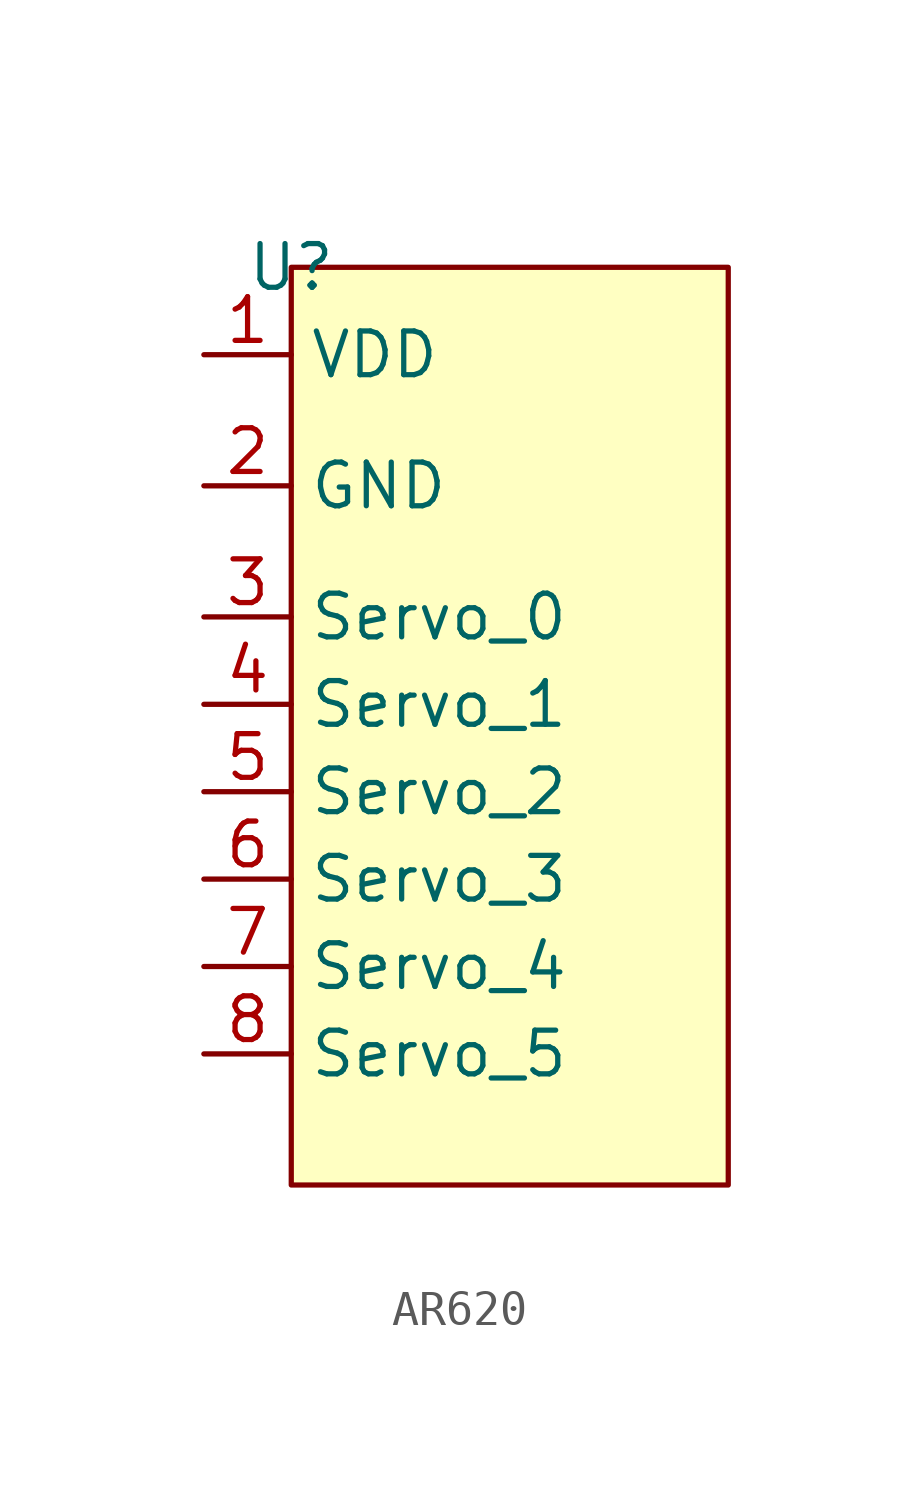
<source format=kicad_sym>
(kicad_symbol_lib
  (version 20220914)
  (generator kicad_symbol_editor)
  (symbol "AR620"
    (property "Reference" "U"
      (at 0 0 0)
      (effects (font (size 1.27 1.27))))
    (property "Value" ""
      (at 0 0 0)
      (effects (font (size 1.27 1.27))))
    (symbol "AR620_1_0"
      (pin input line (at -2.54 -10.16 0) (length 2.54) (name "Servo_0" (effects (font (size 1.27 1.27)))) (number "3" (effects (font (size 1.27 1.27)))))
      (pin input line (at -2.54 -12.7 0) (length 2.54) (name "Servo_1" (effects (font (size 1.27 1.27)))) (number "4" (effects (font (size 1.27 1.27)))))
      (pin input line (at -2.54 -15.24 0) (length 2.54) (name "Servo_2" (effects (font (size 1.27 1.27)))) (number "5" (effects (font (size 1.27 1.27)))))
      (pin input line (at -2.54 -17.78 0) (length 2.54) (name "Servo_3" (effects (font (size 1.27 1.27)))) (number "6" (effects (font (size 1.27 1.27)))))
      (pin input line (at -2.54 -20.32 0) (length 2.54) (name "Servo_4" (effects (font (size 1.27 1.27)))) (number "7" (effects (font (size 1.27 1.27)))))
      (pin input line (at -2.54 -22.86 0) (length 2.54) (name "Servo_5" (effects (font (size 1.27 1.27)))) (number "8" (effects (font (size 1.27 1.27))))))
    (symbol "AR620_1_1"
      (rectangle (start 0 0) (end 12.7 -26.67) (stroke (width 0) (type default)) (fill (type background)))
      (pin input line (at -2.54 -2.54 0) (length 2.54) (name "VDD" (effects (font (size 1.27 1.27)))) (number "1" (effects (font (size 1.27 1.27)))))
      (pin input line (at -2.54 -6.35 0) (length 2.54) (name "GND" (effects (font (size 1.27 1.27)))) (number "2" (effects (font (size 1.27 1.27))))))))
</source>
